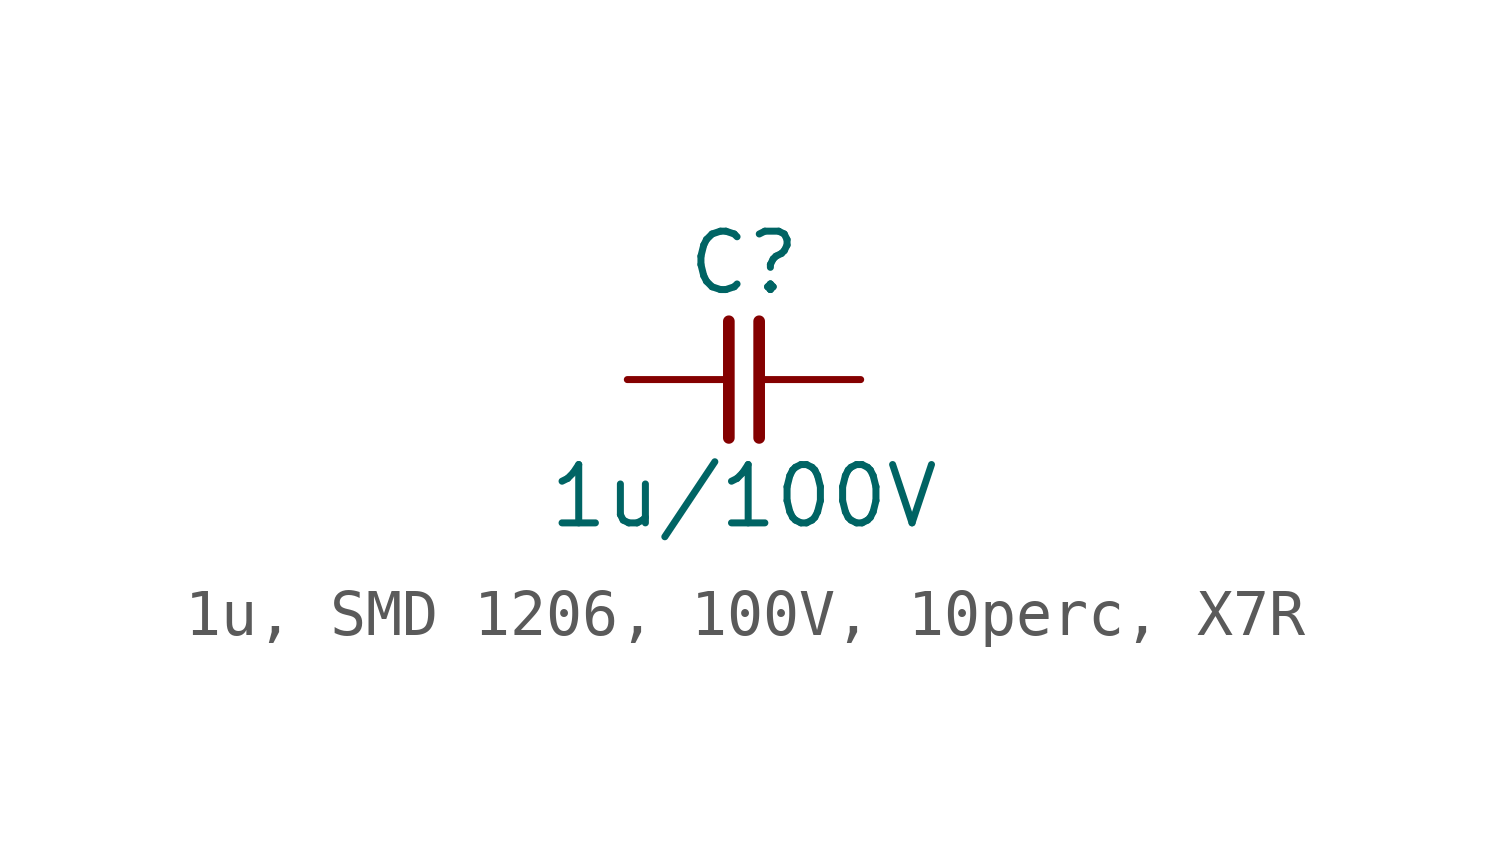
<source format=kicad_sym>
(kicad_symbol_lib
  (version 20241209)
  (generator "kicad_symbol_editor")
  (generator_version "9.0")
  (symbol "1u, SMD 1206, 100V, 10perc, X7R"
    (pin_numbers
      (hide yes))
    (pin_names
      (offset 0)
      (hide yes))
    (property "Reference" "C"
      (at 0 2.54 0)
      (effects (font (size 1.27 1.27))))
    (property "Value" "1u/100V"
      (at 0 -2.54 0)
      (effects (font (size 1.27 1.27))))
    (symbol "1u, SMD 1206, 100V, 10perc, X7R_0_1"
      (polyline (pts (xy -0.33 1.27) (xy -0.33 -1.27)) (stroke (width 0.254) (type default)) (fill (type none)))
      (polyline (pts (xy 0.33 1.27) (xy 0.33 -1.27)) (stroke (width 0.254) (type default)) (fill (type none))))
    (symbol "1u, SMD 1206, 100V, 10perc, X7R_1_1"
      (pin passive line (at -2.54 0 0) (length 2.21) (name "1" (effects (font (size 1.27 1.27)))) (number "1" (effects (font (size 1.27 1.27)))))
      (pin passive line (at 2.54 0 180) (length 2.21) (name "2" (effects (font (size 1.27 1.27)))) (number "2" (effects (font (size 1.27 1.27))))))))
</source>
